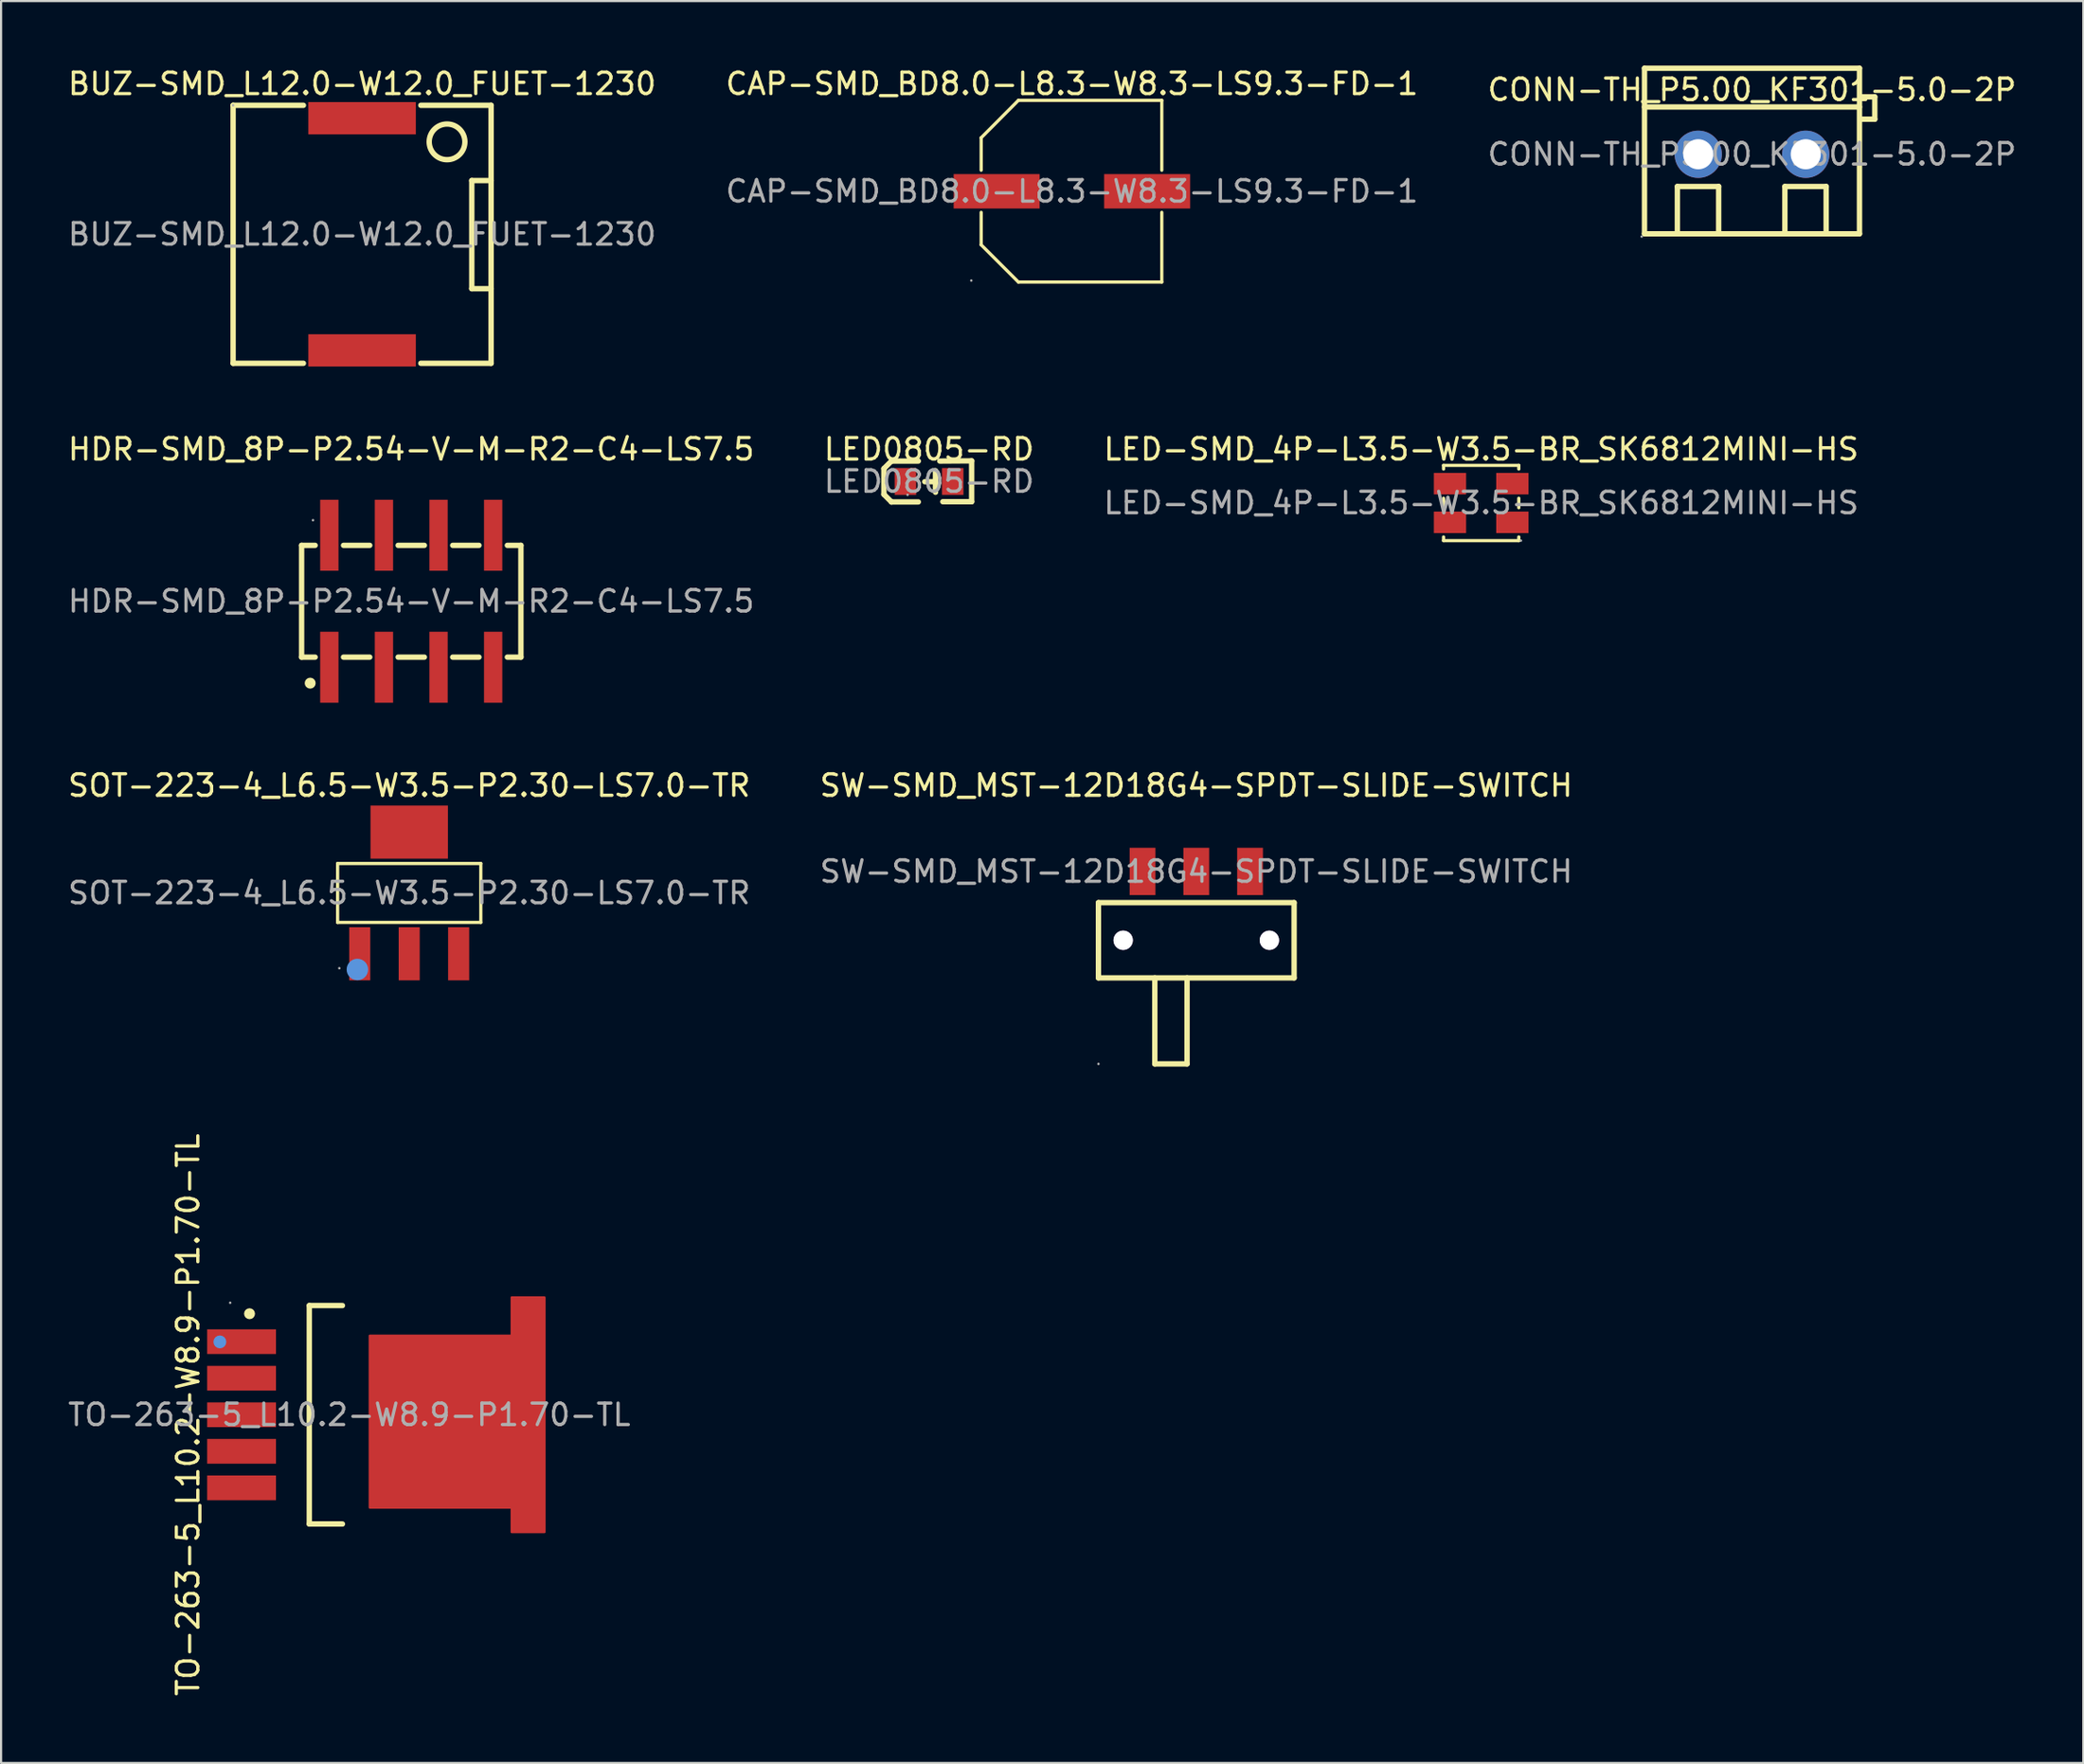
<source format=kicad_pcb>
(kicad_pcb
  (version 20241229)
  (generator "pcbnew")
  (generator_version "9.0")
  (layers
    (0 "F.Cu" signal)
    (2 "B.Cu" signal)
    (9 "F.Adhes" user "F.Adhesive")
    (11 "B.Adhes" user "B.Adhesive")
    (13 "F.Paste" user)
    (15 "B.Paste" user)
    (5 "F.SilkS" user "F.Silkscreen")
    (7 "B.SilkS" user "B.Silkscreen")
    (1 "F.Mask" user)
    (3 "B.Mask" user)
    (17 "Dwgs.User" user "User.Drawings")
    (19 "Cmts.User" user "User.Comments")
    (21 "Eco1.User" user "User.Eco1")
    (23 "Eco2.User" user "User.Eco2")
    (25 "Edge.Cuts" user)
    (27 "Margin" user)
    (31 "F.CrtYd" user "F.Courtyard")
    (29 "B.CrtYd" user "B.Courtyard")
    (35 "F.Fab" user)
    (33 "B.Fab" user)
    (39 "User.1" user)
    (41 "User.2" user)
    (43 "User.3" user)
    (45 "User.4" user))
  (footprint "HDR-SMD_8P-P2.54-V-M-R2-C4-LS7.5"
    (layer "F.Cu")
    (at 16.077 24.916)
    (property "Reference" "HDR-SMD_8P-P2.54-V-M-R2-C4-LS7.5" (at 0 -7.07 0) (layer "F.SilkS") (effects (font (size 1 1) (thickness 0.15))))
    (attr through_hole)
    (fp_line (start -5.1 -2.6) (end -4.47 -2.6) (stroke (width 0.25) (type solid)) (layer "F.SilkS"))
    (fp_line (start -5.1 2.6) (end -5.1 -2.6) (stroke (width 0.25) (type solid)) (layer "F.SilkS"))
    (fp_line (start -4.47 2.6) (end -5.1 2.6) (stroke (width 0.25) (type solid)) (layer "F.SilkS"))
    (fp_line (start -3.15 -2.6) (end -1.93 -2.6) (stroke (width 0.25) (type solid)) (layer "F.SilkS"))
    (fp_line (start -1.93 2.6) (end -3.15 2.6) (stroke (width 0.25) (type solid)) (layer "F.SilkS"))
    (fp_line (start -0.61 -2.6) (end 0.61 -2.6) (stroke (width 0.25) (type solid)) (layer "F.SilkS"))
    (fp_line (start 0.61 2.6) (end -0.61 2.6) (stroke (width 0.25) (type solid)) (layer "F.SilkS"))
    (fp_line (start 1.93 -2.6) (end 3.15 -2.6) (stroke (width 0.25) (type solid)) (layer "F.SilkS"))
    (fp_line (start 3.15 2.6) (end 1.93 2.6) (stroke (width 0.25) (type solid)) (layer "F.SilkS"))
    (fp_line (start 4.47 -2.6) (end 5.1 -2.6) (stroke (width 0.25) (type solid)) (layer "F.SilkS"))
    (fp_line (start 5.1 -2.6) (end 5.1 2.6) (stroke (width 0.25) (type solid)) (layer "F.SilkS"))
    (fp_line (start 5.1 2.6) (end 4.47 2.6) (stroke (width 0.25) (type solid)) (layer "F.SilkS"))
    (fp_circle (center -4.7 3.81) (end -4.57 3.81) (stroke (width 0.25) (type solid)) (fill no) (layer "F.SilkS"))
    (fp_circle (center -4.57 -3.77) (end -4.54 -3.77) (stroke (width 0.06) (type solid)) (fill no) (layer "F.Fab"))
    (fp_text user "${REFERENCE}" (at 0 0 0) (layer "F.Fab") (effects (font (size 1 1) (thickness 0.15))))
    (pad "1" smd rect (at -3.81 3.07) (size 0.85 3.3) (layers "F.Cu" "F.Mask" "F.Paste"))
    (pad "2" smd rect (at -3.81 -3.07) (size 0.85 3.3) (layers "F.Cu" "F.Mask" "F.Paste"))
    (pad "3" smd rect (at -1.27 3.07) (size 0.85 3.3) (layers "F.Cu" "F.Mask" "F.Paste"))
    (pad "4" smd rect (at -1.27 -3.07) (size 0.85 3.3) (layers "F.Cu" "F.Mask" "F.Paste"))
    (pad "5" smd rect (at 1.27 3.07) (size 0.85 3.3) (layers "F.Cu" "F.Mask" "F.Paste"))
    (pad "6" smd rect (at 1.27 -3.07) (size 0.85 3.3) (layers "F.Cu" "F.Mask" "F.Paste"))
    (pad "7" smd rect (at 3.81 3.07) (size 0.85 3.3) (layers "F.Cu" "F.Mask" "F.Paste"))
    (pad "8" smd rect (at 3.81 -3.07) (size 0.85 3.3) (layers "F.Cu" "F.Mask" "F.Paste")))
  (footprint "LED0805-RD"
    (layer "F.Cu")
    (at 40.161 19.346)
    (property "Reference" "LED0805-RD" (at 0 -1.5 0) (layer "F.SilkS") (effects (font (size 1 1) (thickness 0.15))))
    (attr smd)
    (fp_line (start -2.1 -0.6) (end -2.1 0.6) (stroke (width 0.25) (type solid)) (layer "F.SilkS"))
    (fp_line (start -1.75 -0.95) (end -2.1 -0.6) (stroke (width 0.25) (type solid)) (layer "F.SilkS"))
    (fp_line (start -1.75 -0.95) (end -1.75 -0.95) (stroke (width 0.25) (type solid)) (layer "F.SilkS"))
    (fp_line (start -1.75 0.95) (end -2.1 0.6) (stroke (width 0.25) (type solid)) (layer "F.SilkS"))
    (fp_line (start -1.75 0.95) (end -1.75 0.95) (stroke (width 0.25) (type solid)) (layer "F.SilkS"))
    (fp_line (start -0.5 -0.95) (end -1.75 -0.95) (stroke (width 0.25) (type solid)) (layer "F.SilkS"))
    (fp_line (start -0.5 0.95) (end -1.75 0.95) (stroke (width 0.25) (type solid)) (layer "F.SilkS"))
    (fp_line (start 0.3 -0.5) (end 0.3 0.5) (stroke (width 0.25) (type solid)) (layer "F.SilkS"))
    (fp_line (start 0.3 0.01) (end -0.2 0.01) (stroke (width 0.25) (type solid)) (layer "F.SilkS"))
    (fp_line (start 0.5 -0.95) (end 1.98 -0.96) (stroke (width 0.25) (type solid)) (layer "F.SilkS"))
    (fp_line (start 0.64 0.94) (end 1.98 0.94) (stroke (width 0.25) (type solid)) (layer "F.SilkS"))
    (fp_line (start 1.98 -0.96) (end 1.98 0.94) (stroke (width 0.25) (type solid)) (layer "F.SilkS"))
    (fp_circle (center -1 0.62) (end -0.97 0.62) (stroke (width 0.06) (type solid)) (fill no) (layer "F.Fab"))
    (fp_text user "${REFERENCE}" (at 0 0 0) (layer "F.Fab") (effects (font (size 1 1) (thickness 0.15))))
    (pad "1" smd rect (at -1.1 0 180) (size 1 1.25) (layers "F.Cu" "F.Mask" "F.Paste"))
    (pad "2" smd rect (at 1.1 0 180) (size 1 1.25) (layers "F.Cu" "F.Mask" "F.Paste")))
  (footprint "SOT-223-4_L6.5-W3.5-P2.30-LS7.0-TR"
    (layer "F.Cu")
    (at 15.982 38.485)
    (property "Reference" "SOT-223-4_L6.5-W3.5-P2.30-LS7.0-TR" (at 0 -5 0) (layer "F.SilkS") (effects (font (size 1 1) (thickness 0.15))))
    (attr smd)
    (fp_line (start -3.33 -1.37) (end 3.33 -1.37) (stroke (width 0.15) (type solid)) (layer "F.SilkS"))
    (fp_line (start -3.33 1.37) (end -3.33 -1.37) (stroke (width 0.15) (type solid)) (layer "F.SilkS"))
    (fp_line (start 3.33 -1.37) (end 3.33 1.37) (stroke (width 0.15) (type solid)) (layer "F.SilkS"))
    (fp_line (start 3.33 1.37) (end -3.33 1.37) (stroke (width 0.15) (type solid)) (layer "F.SilkS"))
    (fp_circle (center -2.41 3.56) (end -2.16 3.56) (stroke (width 0.5) (type solid)) (fill no) (layer "Cmts.User"))
    (fp_circle (center -3.25 3.5) (end -3.22 3.5) (stroke (width 0.06) (type solid)) (fill no) (layer "F.Fab"))
    (fp_text user "${REFERENCE}" (at 0 0 0) (layer "F.Fab") (effects (font (size 1 1) (thickness 0.15))))
    (pad "1" smd rect (at -2.3 2.83 270) (size 2.47 0.98) (layers "F.Cu" "F.Mask" "F.Paste"))
    (pad "2" smd rect (at 0 2.83 270) (size 2.47 0.98) (layers "F.Cu" "F.Mask" "F.Paste"))
    (pad "3" smd rect (at 2.3 2.83 270) (size 2.47 0.98) (layers "F.Cu" "F.Mask" "F.Paste"))
    (pad "4" smd rect (at 0 -2.83 270) (size 2.47 3.6) (layers "F.Cu" "F.Mask" "F.Paste")))
  (footprint "CAP-SMD_BD8.0-L8.3-W8.3-LS9.3-FD-1"
    (layer "F.Cu")
    (at 46.804 5.848)
    (property "Reference" "CAP-SMD_BD8.0-L8.3-W8.3-LS9.3-FD-1" (at 0 -5 0) (layer "F.SilkS") (effects (font (size 1 1) (thickness 0.15))))
    (attr smd)
    (fp_line (start -4.22 -0.98) (end -4.22 -2.49) (stroke (width 0.15) (type solid)) (layer "F.SilkS"))
    (fp_line (start -4.22 2.49) (end -4.22 0.98) (stroke (width 0.15) (type solid)) (layer "F.SilkS"))
    (fp_line (start -2.49 -4.23) (end -4.22 -2.49) (stroke (width 0.15) (type solid)) (layer "F.SilkS"))
    (fp_line (start -2.49 4.22) (end -4.22 2.49) (stroke (width 0.15) (type solid)) (layer "F.SilkS"))
    (fp_line (start 4.18 -4.23) (end -2.49 -4.23) (stroke (width 0.15) (type solid)) (layer "F.SilkS"))
    (fp_line (start 4.18 -4.23) (end 4.18 -0.98) (stroke (width 0.15) (type solid)) (layer "F.SilkS"))
    (fp_line (start 4.18 0.98) (end 4.18 4.22) (stroke (width 0.15) (type solid)) (layer "F.SilkS"))
    (fp_line (start 4.18 4.22) (end -2.49 4.22) (stroke (width 0.15) (type solid)) (layer "F.SilkS"))
    (fp_circle (center -4.68 4.15) (end -4.65 4.15) (stroke (width 0.06) (type solid)) (fill no) (layer "F.Fab"))
    (fp_text user "${REFERENCE}" (at 0 0 0) (layer "F.Fab") (effects (font (size 1 1) (thickness 0.15))))
    (pad "1" smd rect (at -3.5 0) (size 4 1.6) (layers "F.Cu" "F.Mask" "F.Paste"))
    (pad "2" smd rect (at 3.5 0) (size 4 1.6) (layers "F.Cu" "F.Mask" "F.Paste")))
  (footprint "LED-SMD_4P-L3.5-W3.5-BR_SK6812MINI-HS"
    (layer "F.Cu")
    (at 65.839 20.346)
    (property "Reference" "LED-SMD_4P-L3.5-W3.5-BR_SK6812MINI-HS" (at 0 -2.5 0) (layer "F.SilkS") (effects (font (size 1 1) (thickness 0.15))))
    (attr smd)
    (fp_line (start -1.75 -1.58) (end -1.75 -1.75) (stroke (width 0.15) (type solid)) (layer "F.SilkS"))
    (fp_line (start -1.75 0.22) (end -1.75 -0.22) (stroke (width 0.15) (type solid)) (layer "F.SilkS"))
    (fp_line (start -1.75 1.75) (end -1.75 1.58) (stroke (width 0.15) (type solid)) (layer "F.SilkS"))
    (fp_line (start 1.75 -1.75) (end -1.75 -1.75) (stroke (width 0.15) (type solid)) (layer "F.SilkS"))
    (fp_line (start 1.75 -1.58) (end 1.75 -1.75) (stroke (width 0.15) (type solid)) (layer "F.SilkS"))
    (fp_line (start 1.75 0.22) (end 1.75 -0.22) (stroke (width 0.15) (type solid)) (layer "F.SilkS"))
    (fp_line (start 1.75 1.75) (end -1.75 1.75) (stroke (width 0.15) (type solid)) (layer "F.SilkS"))
    (fp_line (start 1.75 1.75) (end 1.75 1.58) (stroke (width 0.15) (type solid)) (layer "F.SilkS"))
    (fp_circle (center 1.85 1.75) (end 1.88 1.75) (stroke (width 0.06) (type solid)) (fill no) (layer "F.Fab"))
    (fp_text user "${REFERENCE}" (at 0 0 0) (layer "F.Fab") (effects (font (size 1 1) (thickness 0.15))))
    (pad "1" smd rect (at 1.45 0.9 180) (size 1.5 1) (layers "F.Cu" "F.Mask" "F.Paste"))
    (pad "2" smd rect (at 1.45 -0.9 180) (size 1.5 1) (layers "F.Cu" "F.Mask" "F.Paste"))
    (pad "3" smd rect (at -1.45 -0.9 180) (size 1.5 1) (layers "F.Cu" "F.Mask" "F.Paste"))
    (pad "4" smd rect (at -1.45 0.9 180) (size 1.5 1) (layers "F.Cu" "F.Mask" "F.Paste")))
  (footprint "CONN-TH_P5.00_KF301-5.0-2P"
    (layer "F.Cu")
    (at 78.435 4.125)
    (property "Reference" "CONN-TH_P5.00_KF301-5.0-2P" (at 0 -3 0) (layer "F.SilkS") (effects (font (size 1 1) (thickness 0.15))))
    (attr through_hole)
    (fp_line (start -5 -4) (end -5 3.7) (stroke (width 0.25) (type solid)) (layer "F.SilkS"))
    (fp_line (start -5 -4) (end 5 -4) (stroke (width 0.25) (type solid)) (layer "F.SilkS"))
    (fp_line (start -5 -2.2) (end 5 -2.2) (stroke (width 0.25) (type solid)) (layer "F.SilkS"))
    (fp_line (start -5 3.7) (end 5 3.7) (stroke (width 0.25) (type solid)) (layer "F.SilkS"))
    (fp_line (start -3.47 1.5) (end -1.55 1.5) (stroke (width 0.25) (type solid)) (layer "F.SilkS"))
    (fp_line (start -3.47 3.7) (end -3.47 1.5) (stroke (width 0.25) (type solid)) (layer "F.SilkS"))
    (fp_line (start -1.55 1.5) (end -1.55 3.7) (stroke (width 0.25) (type solid)) (layer "F.SilkS"))
    (fp_line (start 1.53 1.5) (end 3.45 1.5) (stroke (width 0.25) (type solid)) (layer "F.SilkS"))
    (fp_line (start 1.53 3.7) (end 1.53 1.5) (stroke (width 0.25) (type solid)) (layer "F.SilkS"))
    (fp_line (start 3.45 1.5) (end 3.45 3.7) (stroke (width 0.25) (type solid)) (layer "F.SilkS"))
    (fp_line (start 5 -4) (end 5 3.7) (stroke (width 0.25) (type solid)) (layer "F.SilkS"))
    (fp_line (start 5.08 -2.67) (end 5.71 -2.67) (stroke (width 0.25) (type solid)) (layer "F.SilkS"))
    (fp_line (start 5.71 -2.67) (end 5.71 -1.63) (stroke (width 0.25) (type solid)) (layer "F.SilkS"))
    (fp_line (start 5.71 -1.63) (end 5.08 -1.63) (stroke (width 0.25) (type solid)) (layer "F.SilkS"))
    (fp_circle (center -5.13 3.83) (end -5.1 3.83) (stroke (width 0.06) (type solid)) (fill no) (layer "F.Fab"))
    (fp_circle (center -2.5 0) (end -2.25 0) (stroke (width 0.5) (type solid)) (fill no) (layer "F.Fab"))
    (fp_circle (center 2.5 0) (end 2.75 0) (stroke (width 0.5) (type solid)) (fill no) (layer "F.Fab"))
    (fp_text user "${REFERENCE}" (at 0 0 0) (layer "F.Fab") (effects (font (size 1 1) (thickness 0.15))))
    (pad "1" thru_hole circle (at -2.5 0) (size 2.2 2.2) (drill 1.4) (layers "*.Cu" "*.Mask"))
    (pad "2" thru_hole circle (at 2.5 0) (size 2.2 2.2) (drill 1.4) (layers "*.Cu" "*.Mask")))
  (footprint "SW-SMD_MST-12D18G4-SPDT-SLIDE-SWITCH"
    (layer "F.Cu")
    (at 52.589 37.485)
    (property "Reference" "SW-SMD_MST-12D18G4-SPDT-SLIDE-SWITCH" (at 0 -4 0) (layer "F.SilkS") (effects (font (size 1 1) (thickness 0.15))))
    (attr smd)
    (fp_line (start -4.55 1.45) (end 4.55 1.45) (stroke (width 0.25) (type solid)) (layer "F.SilkS"))
    (fp_line (start -4.55 4.95) (end -4.55 1.45) (stroke (width 0.25) (type solid)) (layer "F.SilkS"))
    (fp_line (start -4.55 4.95) (end 4.55 4.95) (stroke (width 0.25) (type solid)) (layer "F.SilkS"))
    (fp_line (start -1.93 4.95) (end -1.93 8.95) (stroke (width 0.25) (type solid)) (layer "F.SilkS"))
    (fp_line (start -1.93 8.95) (end -0.43 8.95) (stroke (width 0.25) (type solid)) (layer "F.SilkS"))
    (fp_line (start -0.43 8.95) (end -0.43 4.95) (stroke (width 0.25) (type solid)) (layer "F.SilkS"))
    (fp_line (start 4.55 4.95) (end 4.55 1.45) (stroke (width 0.25) (type solid)) (layer "F.SilkS"))
    (fp_circle (center -3.4 3.2) (end -3.22 3.2) (stroke (width 0.35) (type solid)) (fill no) (layer "Cmts.User"))
    (fp_circle (center 3.4 3.2) (end 3.58 3.2) (stroke (width 0.35) (type solid)) (fill no) (layer "Cmts.User"))
    (fp_circle (center -4.55 8.95) (end -4.52 8.95) (stroke (width 0.06) (type solid)) (fill no) (layer "F.Fab"))
    (fp_text user "${REFERENCE}" (at 0 0 0) (layer "F.Fab") (effects (font (size 1 1) (thickness 0.15))))
    (pad "" thru_hole circle (at -3.4 3.2) (size 0.9 0.9) (drill 0.9) (layers "*.Cu" "*.Mask"))
    (pad "" thru_hole circle (at 3.4 3.2) (size 0.9 0.9) (drill 0.9) (layers "*.Cu" "*.Mask"))
    (pad "1" smd rect (at -2.5 0) (size 1.2 2.2) (layers "F.Cu" "F.Mask" "F.Paste"))
    (pad "2" smd rect (at 0 0) (size 1.2 2.2) (layers "F.Cu" "F.Mask" "F.Paste"))
    (pad "3" smd rect (at 2.5 0) (size 1.2 2.2) (layers "F.Cu" "F.Mask" "F.Paste")))
  (footprint "BUZ-SMD_L12.0-W12.0_FUET-1230"
    (layer "F.Cu")
    (at 13.792 7.848)
    (property "Reference" "BUZ-SMD_L12.0-W12.0_FUET-1230" (at 0 -7 0) (layer "F.SilkS") (effects (font (size 1 1) (thickness 0.15))))
    (attr smd)
    (fp_line (start -6 -6) (end -6 6) (stroke (width 0.25) (type solid)) (layer "F.SilkS"))
    (fp_line (start -6 6) (end -2.73 6) (stroke (width 0.25) (type solid)) (layer "F.SilkS"))
    (fp_line (start -2.73 -6) (end -6 -6) (stroke (width 0.25) (type solid)) (layer "F.SilkS"))
    (fp_line (start 2.73 6) (end 6 6) (stroke (width 0.25) (type solid)) (layer "F.SilkS"))
    (fp_line (start 5.1 -2.5) (end 6 -2.5) (stroke (width 0.25) (type solid)) (layer "F.SilkS"))
    (fp_line (start 5.1 2.53) (end 5.1 -2.5) (stroke (width 0.25) (type solid)) (layer "F.SilkS"))
    (fp_line (start 6 -6) (end 2.73 -6) (stroke (width 0.25) (type solid)) (layer "F.SilkS"))
    (fp_line (start 6 2.53) (end 5.1 2.53) (stroke (width 0.25) (type solid)) (layer "F.SilkS"))
    (fp_line (start 6 6) (end 6 -6) (stroke (width 0.25) (type solid)) (layer "F.SilkS"))
    (fp_circle (center 3.95 -4.3) (end 4.78 -4.3) (stroke (width 0.25) (type solid)) (fill no) (layer "F.SilkS"))
    (fp_circle (center -6 -6) (end -5.97 -6) (stroke (width 0.06) (type solid)) (fill no) (layer "F.Fab"))
    (fp_text user "${REFERENCE}" (at 0 0 0) (layer "F.Fab") (effects (font (size 1 1) (thickness 0.15))))
    (pad "1" smd rect (at 0 -5.4 90) (size 1.5 5) (layers "F.Cu" "F.Mask" "F.Paste"))
    (pad "2" smd rect (at 0 5.4 90) (size 1.5 5) (layers "F.Cu" "F.Mask" "F.Paste")))
  (footprint "TO-263-5_L10.2-W8.9-P1.70-TL"
    (layer "F.Cu")
    (at 13.196 62.756)
    (property "Reference" "TO-263-5_L10.2-W8.9-P1.70-TL" (at -7.5 0 90) (layer "F.SilkS") (effects (font (size 1 1) (thickness 0.15))))
    (attr smd)
    (fp_line (start -1.86 -5.08) (end -0.32 -5.08) (stroke (width 0.25) (type solid)) (layer "F.SilkS"))
    (fp_line (start -1.86 5.08) (end -1.86 -5.08) (stroke (width 0.25) (type solid)) (layer "F.SilkS"))
    (fp_line (start -0.32 5.08) (end -1.86 5.08) (stroke (width 0.25) (type solid)) (layer "F.SilkS"))
    (fp_circle (center -4.64 -4.7) (end -4.51 -4.7) (stroke (width 0.25) (type solid)) (fill no) (layer "F.SilkS"))
    (fp_circle (center -6.02 -3.39) (end -5.87 -3.39) (stroke (width 0.3) (type solid)) (fill no) (layer "Cmts.User"))
    (fp_circle (center -5.54 -5.21) (end -5.51 -5.21) (stroke (width 0.06) (type solid)) (fill no) (layer "F.Fab"))
    (fp_text user "${REFERENCE}" (at 0 0 0) (layer "F.Fab") (effects (font (size 1 1) (thickness 0.15))))
    (pad "1" smd rect (at -5.01 -3.4) (size 3.2 1.15) (layers "F.Cu" "F.Mask" "F.Paste"))
    (pad "2" smd rect (at -5.01 -1.7) (size 3.2 1.15) (layers "F.Cu" "F.Mask" "F.Paste"))
    (pad "3" smd rect (at -5.01 0) (size 3.2 1.15) (layers "F.Cu" "F.Mask" "F.Paste"))
    (pad "4" smd rect (at -5.01 1.7) (size 3.2 1.15) (layers "F.Cu" "F.Mask" "F.Paste"))
    (pad "5" smd rect (at -5.01 3.4) (size 3.2 1.15) (layers "F.Cu" "F.Mask" "F.Paste"))
    (pad "6" smd custom (at 5.01 0.32) (size 0.01 0.01) (layers "F.Cu" "F.Mask" "F.Paste") (options (anchor circle)) (primitives (gr_poly (pts (xy -4.06 -4) (xy 2.54 -4) (xy 2.54 -5.78) (xy 4.07 -5.78) (xy 4.07 5.14) (xy 2.54 5.14) (xy 2.54 4) (xy -4.06 4)) (width 0.1) (fill yes)))))
  (gr_rect
    (start -3 -3)
    (end 93.845 78.953)
    (stroke (width 0.1) (type default))
    (fill no)
    (layer "Edge.Cuts")))
</source>
